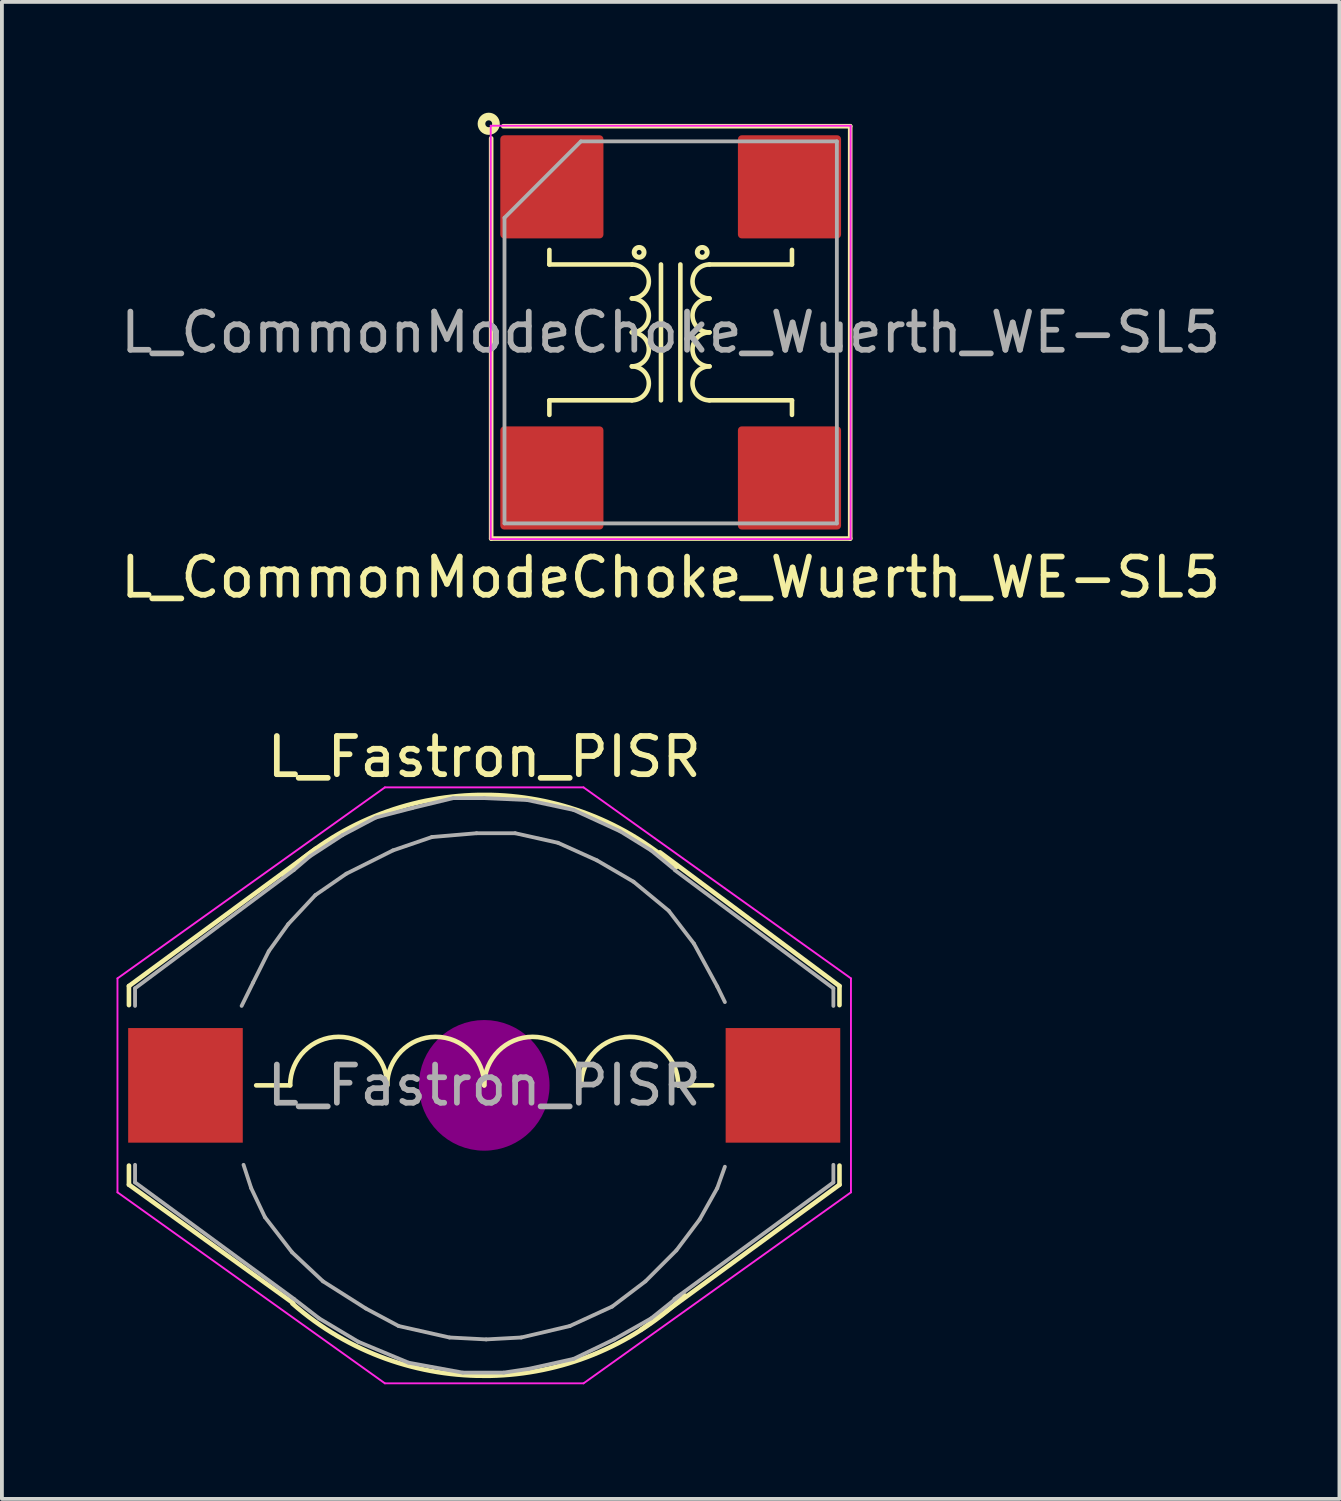
<source format=kicad_pcb>
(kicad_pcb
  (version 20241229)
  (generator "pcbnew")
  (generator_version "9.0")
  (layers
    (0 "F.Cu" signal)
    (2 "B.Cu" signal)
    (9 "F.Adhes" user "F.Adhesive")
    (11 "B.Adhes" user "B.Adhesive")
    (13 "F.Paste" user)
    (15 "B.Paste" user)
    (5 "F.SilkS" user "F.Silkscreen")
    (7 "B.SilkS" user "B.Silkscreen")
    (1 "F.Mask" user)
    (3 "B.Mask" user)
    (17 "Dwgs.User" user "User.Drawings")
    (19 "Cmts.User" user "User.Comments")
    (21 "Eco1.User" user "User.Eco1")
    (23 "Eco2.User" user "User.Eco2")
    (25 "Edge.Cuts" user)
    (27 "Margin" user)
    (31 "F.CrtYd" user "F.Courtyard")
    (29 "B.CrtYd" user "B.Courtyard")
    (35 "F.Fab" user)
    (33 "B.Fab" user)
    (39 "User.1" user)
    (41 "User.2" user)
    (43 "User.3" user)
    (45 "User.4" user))
  (footprint "L_Fastron_PISR"
    (layer "F.Cu")
    (at 9.625 25.361)
    (property "Reference" "L_Fastron_PISR" (at 0 -8.6 0) (layer "F.SilkS") (effects (font (size 1 1) (thickness 0.15))))
    (attr smd)
    (fp_line (start -9.3 -2.6) (end -9.3 -2.1) (stroke (width 0.12) (type solid)) (layer "F.SilkS"))
    (fp_line (start -9.3 -2.6) (end -4.4 -6.2) (stroke (width 0.12) (type solid)) (layer "F.SilkS"))
    (fp_line (start -9.3 2.6) (end -9.3 2.1) (stroke (width 0.12) (type solid)) (layer "F.SilkS"))
    (fp_line (start -5.08 0) (end -5.969 0) (stroke (width 0.12) (type solid)) (layer "F.SilkS"))
    (fp_line (start -5 5.7) (end -9.3 2.6) (stroke (width 0.12) (type solid)) (layer "F.SilkS"))
    (fp_line (start 4.1 6.4) (end 9.3 2.6) (stroke (width 0.12) (type solid)) (layer "F.SilkS"))
    (fp_line (start 4.6 -6.1) (end 9.3 -2.6) (stroke (width 0.12) (type solid)) (layer "F.SilkS"))
    (fp_line (start 5.969 0) (end 5.08 0) (stroke (width 0.12) (type solid)) (layer "F.SilkS"))
    (fp_line (start 9.3 -2.6) (end 9.3 -2.1) (stroke (width 0.12) (type solid)) (layer "F.SilkS"))
    (fp_line (start 9.3 2.6) (end 9.3 2.1) (stroke (width 0.12) (type solid)) (layer "F.SilkS"))
    (fp_arc (start -5.25 -5.5) (mid -0.15496 -7.601874) (end 5.021503 -5.709379) (stroke (width 0.12) (type solid)) (layer "F.SilkS"))
    (fp_arc (start -5.08 0) (mid -3.81 -1.27) (end -2.54 0) (stroke (width 0.12) (type solid)) (layer "F.SilkS"))
    (fp_arc (start -2.54 0) (mid -1.27 -1.27) (end 0 0) (stroke (width 0.12) (type solid)) (layer "F.SilkS"))
    (fp_arc (start 0 0) (mid 1.27 -1.27) (end 2.54 0) (stroke (width 0.12) (type solid)) (layer "F.SilkS"))
    (fp_arc (start 2.54 0) (mid 3.81 -1.27) (end 5.08 0) (stroke (width 0.12) (type solid)) (layer "F.SilkS"))
    (fp_arc (start 5.25 5.5) (mid 0.15496 7.601874) (end -5.021503 5.709379) (stroke (width 0.12) (type solid)) (layer "F.SilkS"))
    (fp_line (start 0 -0.25) (end 0 0.25) (stroke (width 0.38) (type solid)) (layer "F.Adhes"))
    (fp_circle (center 0 0) (end 0 0.25) (stroke (width 0.38) (type solid)) (fill no) (layer "F.Adhes"))
    (fp_circle (center 0 0) (end 0 0.51) (stroke (width 0.38) (type solid)) (fill no) (layer "F.Adhes"))
    (fp_circle (center 0 0) (end 0 0.76) (stroke (width 0.38) (type solid)) (fill no) (layer "F.Adhes"))
    (fp_circle (center 0 0) (end 0 1.02) (stroke (width 0.38) (type solid)) (fill no) (layer "F.Adhes"))
    (fp_circle (center 0 0) (end 0 1.27) (stroke (width 0.38) (type solid)) (fill no) (layer "F.Adhes"))
    (fp_circle (center 0 0) (end 0 1.52) (stroke (width 0.38) (type solid)) (fill no) (layer "F.Adhes"))
    (fp_line (start -9.6 -2.8) (end -2.6 -7.8) (stroke (width 0.05) (type solid)) (layer "F.CrtYd"))
    (fp_line (start -9.6 2.8) (end -9.6 -2.8) (stroke (width 0.05) (type solid)) (layer "F.CrtYd"))
    (fp_line (start -2.6 -7.8) (end 2.6 -7.8) (stroke (width 0.05) (type solid)) (layer "F.CrtYd"))
    (fp_line (start -2.6 7.8) (end -9.6 2.8) (stroke (width 0.05) (type solid)) (layer "F.CrtYd"))
    (fp_line (start 2.6 -7.8) (end 9.6 -2.8) (stroke (width 0.05) (type solid)) (layer "F.CrtYd"))
    (fp_line (start 2.6 7.8) (end -2.6 7.8) (stroke (width 0.05) (type solid)) (layer "F.CrtYd"))
    (fp_line (start 9.6 -2.8) (end 9.6 2.8) (stroke (width 0.05) (type solid)) (layer "F.CrtYd"))
    (fp_line (start 9.6 2.8) (end 2.6 7.8) (stroke (width 0.05) (type solid)) (layer "F.CrtYd"))
    (fp_line (start -9.14 -2.54) (end -4.98 -5.64) (stroke (width 0.1) (type solid)) (layer "F.Fab"))
    (fp_line (start -9.14 -2.08) (end -9.14 -2.54) (stroke (width 0.1) (type solid)) (layer "F.Fab"))
    (fp_line (start -9.14 2.08) (end -9.14 2.54) (stroke (width 0.1) (type solid)) (layer "F.Fab"))
    (fp_line (start -9.14 2.54) (end -4.98 5.59) (stroke (width 0.1) (type solid)) (layer "F.Fab"))
    (fp_line (start -6.35 -2.08) (end -6.05 -2.69) (stroke (width 0.1) (type solid)) (layer "F.Fab"))
    (fp_line (start -6.3 2.08) (end -6.1 2.69) (stroke (width 0.1) (type solid)) (layer "F.Fab"))
    (fp_line (start -6.1 2.69) (end -5.74 3.45) (stroke (width 0.1) (type solid)) (layer "F.Fab"))
    (fp_line (start -6.05 -2.69) (end -5.64 -3.51) (stroke (width 0.1) (type solid)) (layer "F.Fab"))
    (fp_line (start -5.74 3.45) (end -5.03 4.37) (stroke (width 0.1) (type solid)) (layer "F.Fab"))
    (fp_line (start -5.64 -3.51) (end -5.13 -4.22) (stroke (width 0.1) (type solid)) (layer "F.Fab"))
    (fp_line (start -5.13 -4.22) (end -4.42 -4.98) (stroke (width 0.1) (type solid)) (layer "F.Fab"))
    (fp_line (start -5.03 4.37) (end -4.22 5.13) (stroke (width 0.1) (type solid)) (layer "F.Fab"))
    (fp_line (start -4.98 -5.64) (end -4.57 -5.99) (stroke (width 0.1) (type solid)) (layer "F.Fab"))
    (fp_line (start -4.98 5.59) (end -4.32 6.1) (stroke (width 0.1) (type solid)) (layer "F.Fab"))
    (fp_line (start -4.57 -5.99) (end -3.71 -6.55) (stroke (width 0.1) (type solid)) (layer "F.Fab"))
    (fp_line (start -4.42 -4.98) (end -3.61 -5.54) (stroke (width 0.1) (type solid)) (layer "F.Fab"))
    (fp_line (start -4.32 6.1) (end -3.3 6.71) (stroke (width 0.1) (type solid)) (layer "F.Fab"))
    (fp_line (start -4.22 5.13) (end -3.1 5.84) (stroke (width 0.1) (type solid)) (layer "F.Fab"))
    (fp_line (start -3.71 -6.55) (end -2.84 -7.01) (stroke (width 0.1) (type solid)) (layer "F.Fab"))
    (fp_line (start -3.61 -5.54) (end -2.39 -6.15) (stroke (width 0.1) (type solid)) (layer "F.Fab"))
    (fp_line (start -3.3 6.71) (end -1.98 7.26) (stroke (width 0.1) (type solid)) (layer "F.Fab"))
    (fp_line (start -3.1 5.84) (end -2.24 6.3) (stroke (width 0.1) (type solid)) (layer "F.Fab"))
    (fp_line (start -2.84 -7.01) (end -1.88 -7.26) (stroke (width 0.1) (type solid)) (layer "F.Fab"))
    (fp_line (start -2.39 -6.15) (end -1.37 -6.5) (stroke (width 0.1) (type solid)) (layer "F.Fab"))
    (fp_line (start -2.24 6.3) (end -0.91 6.6) (stroke (width 0.1) (type solid)) (layer "F.Fab"))
    (fp_line (start -1.98 7.26) (end -0.56 7.52) (stroke (width 0.1) (type solid)) (layer "F.Fab"))
    (fp_line (start -1.88 -7.26) (end -0.81 -7.52) (stroke (width 0.1) (type solid)) (layer "F.Fab"))
    (fp_line (start -1.37 -6.5) (end -0.2 -6.6) (stroke (width 0.1) (type solid)) (layer "F.Fab"))
    (fp_line (start -0.91 6.6) (end 0.05 6.65) (stroke (width 0.1) (type solid)) (layer "F.Fab"))
    (fp_line (start -0.81 -7.52) (end 0 -7.52) (stroke (width 0.1) (type solid)) (layer "F.Fab"))
    (fp_line (start -0.56 7.52) (end 0.51 7.52) (stroke (width 0.1) (type solid)) (layer "F.Fab"))
    (fp_line (start -0.2 -6.6) (end 0.81 -6.6) (stroke (width 0.1) (type solid)) (layer "F.Fab"))
    (fp_line (start 0 -7.52) (end 1.12 -7.47) (stroke (width 0.1) (type solid)) (layer "F.Fab"))
    (fp_line (start 0.05 6.65) (end 0.97 6.6) (stroke (width 0.1) (type solid)) (layer "F.Fab"))
    (fp_line (start 0.51 7.52) (end 1.17 7.42) (stroke (width 0.1) (type solid)) (layer "F.Fab"))
    (fp_line (start 0.81 -6.6) (end 1.93 -6.35) (stroke (width 0.1) (type solid)) (layer "F.Fab"))
    (fp_line (start 0.97 6.6) (end 2.24 6.3) (stroke (width 0.1) (type solid)) (layer "F.Fab"))
    (fp_line (start 1.12 -7.47) (end 2.34 -7.21) (stroke (width 0.1) (type solid)) (layer "F.Fab"))
    (fp_line (start 1.17 7.42) (end 2.34 7.16) (stroke (width 0.1) (type solid)) (layer "F.Fab"))
    (fp_line (start 1.93 -6.35) (end 2.95 -5.89) (stroke (width 0.1) (type solid)) (layer "F.Fab"))
    (fp_line (start 2.24 6.3) (end 3.35 5.79) (stroke (width 0.1) (type solid)) (layer "F.Fab"))
    (fp_line (start 2.34 -7.21) (end 3.56 -6.65) (stroke (width 0.1) (type solid)) (layer "F.Fab"))
    (fp_line (start 2.34 7.16) (end 3.4 6.65) (stroke (width 0.1) (type solid)) (layer "F.Fab"))
    (fp_line (start 2.95 -5.89) (end 3.91 -5.33) (stroke (width 0.1) (type solid)) (layer "F.Fab"))
    (fp_line (start 3.35 5.79) (end 4.22 5.13) (stroke (width 0.1) (type solid)) (layer "F.Fab"))
    (fp_line (start 3.4 6.65) (end 4.37 6.1) (stroke (width 0.1) (type solid)) (layer "F.Fab"))
    (fp_line (start 3.56 -6.65) (end 4.37 -6.15) (stroke (width 0.1) (type solid)) (layer "F.Fab"))
    (fp_line (start 3.91 -5.33) (end 4.83 -4.57) (stroke (width 0.1) (type solid)) (layer "F.Fab"))
    (fp_line (start 4.22 5.13) (end 5.03 4.32) (stroke (width 0.1) (type solid)) (layer "F.Fab"))
    (fp_line (start 4.37 -6.15) (end 4.93 -5.69) (stroke (width 0.1) (type solid)) (layer "F.Fab"))
    (fp_line (start 4.37 6.1) (end 5.13 5.49) (stroke (width 0.1) (type solid)) (layer "F.Fab"))
    (fp_line (start 4.83 -4.57) (end 5.49 -3.71) (stroke (width 0.1) (type solid)) (layer "F.Fab"))
    (fp_line (start 5.03 4.32) (end 5.64 3.51) (stroke (width 0.1) (type solid)) (layer "F.Fab"))
    (fp_line (start 5.49 -3.71) (end 6.1 -2.59) (stroke (width 0.1) (type solid)) (layer "F.Fab"))
    (fp_line (start 5.64 3.51) (end 6.1 2.69) (stroke (width 0.1) (type solid)) (layer "F.Fab"))
    (fp_line (start 6.1 -2.59) (end 6.3 -2.18) (stroke (width 0.1) (type solid)) (layer "F.Fab"))
    (fp_line (start 6.1 2.69) (end 6.3 2.13) (stroke (width 0.1) (type solid)) (layer "F.Fab"))
    (fp_line (start 9.14 -2.54) (end 4.98 -5.64) (stroke (width 0.1) (type solid)) (layer "F.Fab"))
    (fp_line (start 9.14 -2.08) (end 9.14 -2.54) (stroke (width 0.1) (type solid)) (layer "F.Fab"))
    (fp_line (start 9.14 2.08) (end 9.14 2.54) (stroke (width 0.1) (type solid)) (layer "F.Fab"))
    (fp_line (start 9.14 2.54) (end 4.98 5.59) (stroke (width 0.1) (type solid)) (layer "F.Fab"))
    (fp_text user "${REFERENCE}" (at 0 0 0) (layer "F.Fab") (effects (font (size 1 1) (thickness 0.15))))
    (pad "1" smd rect (at 7.82 0) (size 3 3) (layers "F.Cu" "F.Mask" "F.Paste"))
    (pad "2" smd rect (at -7.82 0) (size 3 3) (layers "F.Cu" "F.Mask" "F.Paste")))
  (footprint "L_CommonModeChoke_Wuerth_WE-SL5"
    (layer "F.Cu")
    (at 14.506 5.651)
    (property "Reference" "L_CommonModeChoke_Wuerth_WE-SL5" (at 0 6.413 0) (layer "F.SilkS") (effects (font (size 1 1) (thickness 0.15))))
    (attr smd)
    (fp_line (start -4.699 5.397) (end -4.699 -5.08) (stroke (width 0.12) (type solid)) (layer "F.SilkS"))
    (fp_line (start -4.699 5.397) (end 4.699 5.397) (stroke (width 0.12) (type solid)) (layer "F.SilkS"))
    (fp_line (start -3.175 -1.778) (end -3.175 -2.159) (stroke (width 0.12) (type solid)) (layer "F.SilkS"))
    (fp_line (start -3.175 1.778) (end -3.175 2.159) (stroke (width 0.12) (type solid)) (layer "F.SilkS"))
    (fp_line (start -1.016 -1.778) (end -3.175 -1.778) (stroke (width 0.12) (type solid)) (layer "F.SilkS"))
    (fp_line (start -1.016 1.778) (end -3.175 1.778) (stroke (width 0.12) (type solid)) (layer "F.SilkS"))
    (fp_line (start -0.254 -1.778) (end -0.254 1.778) (stroke (width 0.12) (type solid)) (layer "F.SilkS"))
    (fp_line (start 0.254 1.778) (end 0.254 -1.778) (stroke (width 0.12) (type solid)) (layer "F.SilkS"))
    (fp_line (start 1.016 -1.778) (end 3.175 -1.778) (stroke (width 0.12) (type solid)) (layer "F.SilkS"))
    (fp_line (start 1.016 1.778) (end 3.175 1.778) (stroke (width 0.12) (type solid)) (layer "F.SilkS"))
    (fp_line (start 3.175 -1.778) (end 3.175 -2.159) (stroke (width 0.12) (type solid)) (layer "F.SilkS"))
    (fp_line (start 3.175 1.778) (end 3.175 2.159) (stroke (width 0.12) (type solid)) (layer "F.SilkS"))
    (fp_line (start 4.699 -5.397) (end -4.381 -5.397) (stroke (width 0.12) (type solid)) (layer "F.SilkS"))
    (fp_line (start 4.699 5.397) (end 4.699 -5.397) (stroke (width 0.12) (type solid)) (layer "F.SilkS"))
    (fp_arc (start -1.016 -1.778) (mid -0.5715 -1.3335) (end -1.016 -0.889) (stroke (width 0.12) (type solid)) (layer "F.SilkS"))
    (fp_arc (start -1.016 -0.889) (mid -0.5715 -0.4445) (end -1.016 0) (stroke (width 0.12) (type solid)) (layer "F.SilkS"))
    (fp_arc (start -1.016 0) (mid -0.5715 0.4445) (end -1.016 0.889) (stroke (width 0.12) (type solid)) (layer "F.SilkS"))
    (fp_arc (start -1.016 0.889) (mid -0.5715 1.3335) (end -1.016 1.778) (stroke (width 0.12) (type solid)) (layer "F.SilkS"))
    (fp_arc (start 1.016 -0.889) (mid 0.5715 -1.3335) (end 1.016 -1.778) (stroke (width 0.12) (type solid)) (layer "F.SilkS"))
    (fp_arc (start 1.016 0) (mid 0.5715 -0.4445) (end 1.016 -0.889) (stroke (width 0.12) (type solid)) (layer "F.SilkS"))
    (fp_arc (start 1.016 0.889) (mid 0.5715 0.4445) (end 1.016 0) (stroke (width 0.12) (type solid)) (layer "F.SilkS"))
    (fp_arc (start 1.016 1.778) (mid 0.5715 1.3335) (end 1.016 0.889) (stroke (width 0.12) (type solid)) (layer "F.SilkS"))
    (fp_circle (center -4.763 -5.461) (end -4.673 -5.461) (stroke (width 0.2) (type solid)) (fill no) (layer "F.SilkS"))
    (fp_circle (center -0.826 -2.095) (end -0.762 -2.095) (stroke (width 0.13) (type solid)) (fill no) (layer "F.SilkS"))
    (fp_circle (center 0.826 -2.095) (end 0.762 -2.095) (stroke (width 0.13) (type solid)) (fill no) (layer "F.SilkS"))
    (fp_line (start -4.71 -5.41) (end 4.71 -5.41) (stroke (width 0.05) (type solid)) (layer "F.CrtYd"))
    (fp_line (start -4.71 5.41) (end -4.71 -5.41) (stroke (width 0.05) (type solid)) (layer "F.CrtYd"))
    (fp_line (start -4.71 5.41) (end 4.71 5.41) (stroke (width 0.05) (type solid)) (layer "F.CrtYd"))
    (fp_line (start 4.71 5.41) (end 4.71 -5.41) (stroke (width 0.05) (type solid)) (layer "F.CrtYd"))
    (fp_line (start -4.35 -3) (end -2.35 -5) (stroke (width 0.1) (type solid)) (layer "F.Fab"))
    (fp_line (start -4.35 5) (end -4.35 -3) (stroke (width 0.1) (type solid)) (layer "F.Fab"))
    (fp_line (start -2.35 -5) (end 4.35 -5) (stroke (width 0.1) (type solid)) (layer "F.Fab"))
    (fp_line (start 4.35 -5) (end 4.35 5) (stroke (width 0.1) (type solid)) (layer "F.Fab"))
    (fp_line (start 4.35 5) (end -4.35 5) (stroke (width 0.1) (type solid)) (layer "F.Fab"))
    (fp_text user "${REFERENCE}" (at 0 0 0) (layer "F.Fab") (effects (font (size 1 1) (thickness 0.15))))
    (pad "1" smd roundrect (at -3.11 -3.81 90) (size 2.7 2.7) (layers "F.Cu" "F.Mask" "F.Paste") (roundrect_rratio 0.037))
    (pad "2" smd roundrect (at -3.11 3.81 90) (size 2.7 2.7) (layers "F.Cu" "F.Mask" "F.Paste") (roundrect_rratio 0.037))
    (pad "3" smd roundrect (at 3.11 3.81 90) (size 2.7 2.7) (layers "F.Cu" "F.Mask" "F.Paste") (roundrect_rratio 0.037))
    (pad "4" smd roundrect (at 3.11 -3.81 90) (size 2.7 2.7) (layers "F.Cu" "F.Mask" "F.Paste") (roundrect_rratio 0.037)))
  (gr_rect
    (start -3 -3)
    (end 32.012 36.186)
    (stroke (width 0.1) (type default))
    (fill no)
    (layer "Edge.Cuts")))
</source>
